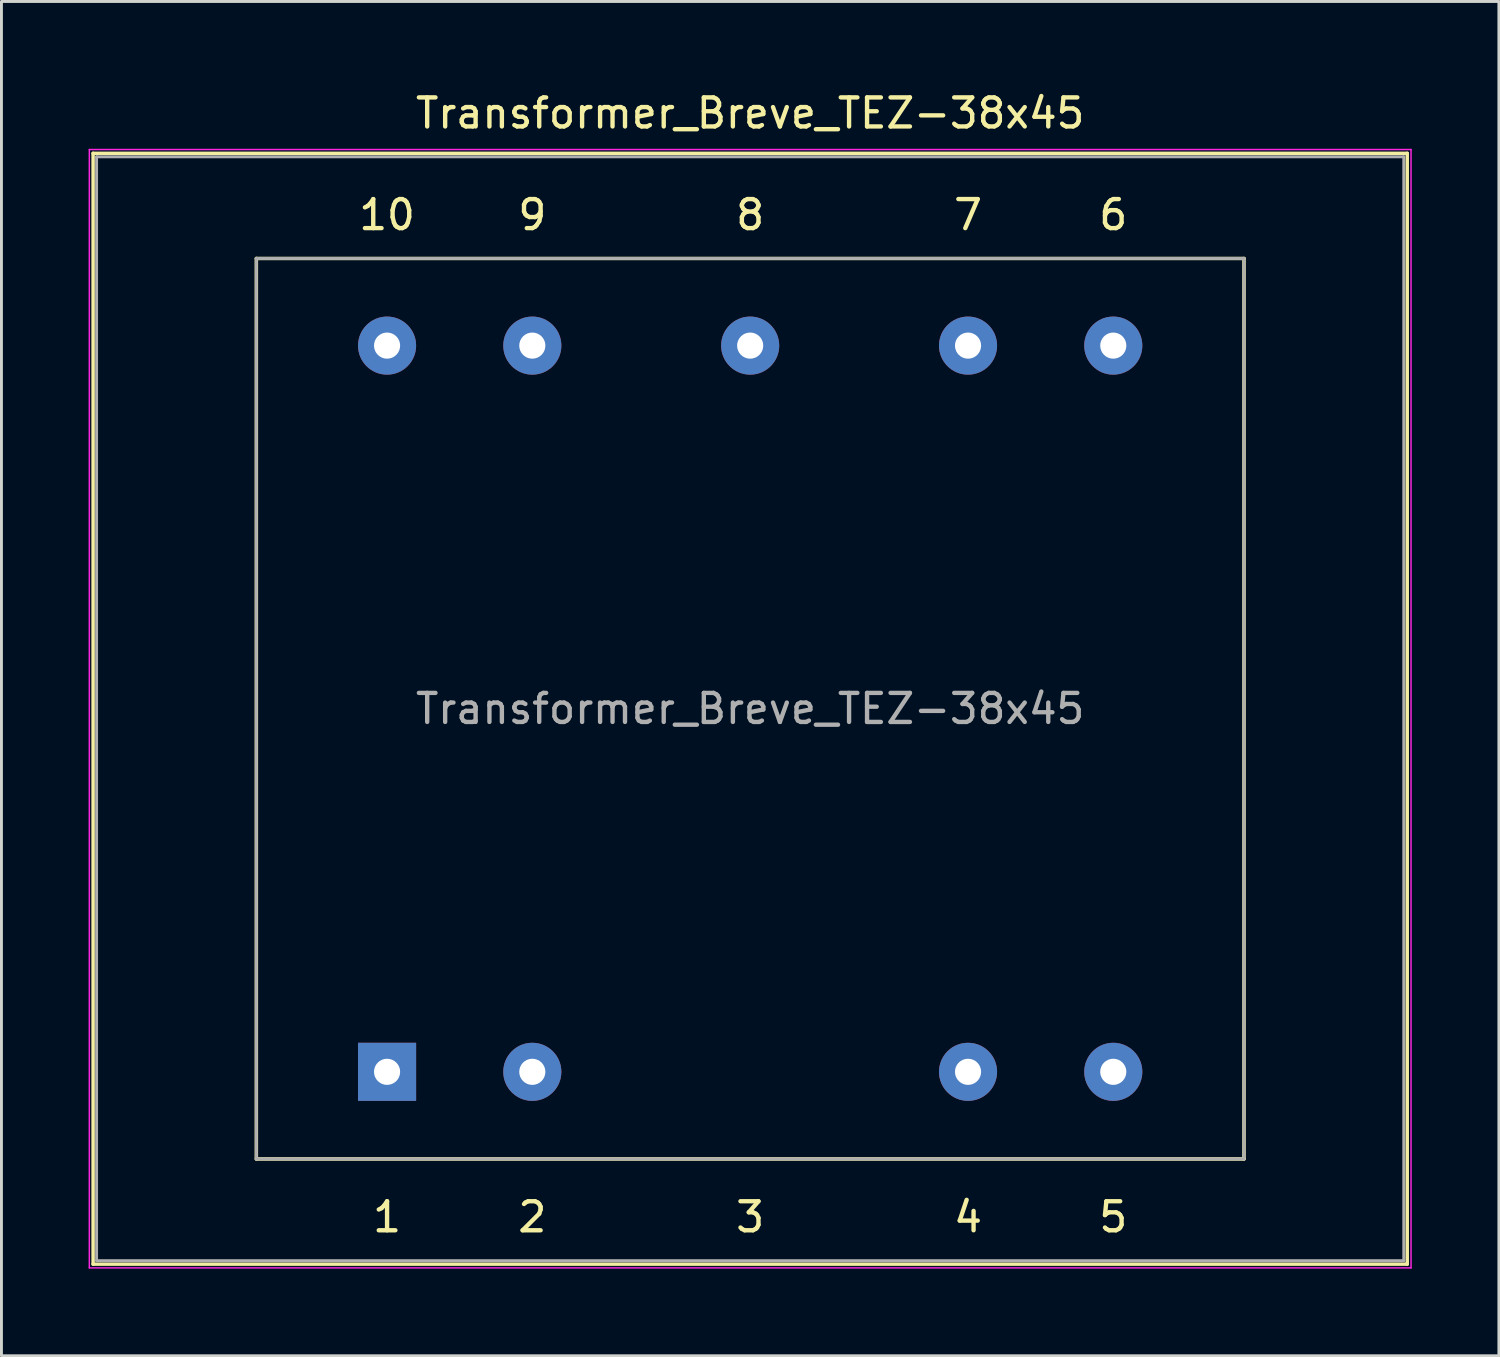
<source format=kicad_pcb>
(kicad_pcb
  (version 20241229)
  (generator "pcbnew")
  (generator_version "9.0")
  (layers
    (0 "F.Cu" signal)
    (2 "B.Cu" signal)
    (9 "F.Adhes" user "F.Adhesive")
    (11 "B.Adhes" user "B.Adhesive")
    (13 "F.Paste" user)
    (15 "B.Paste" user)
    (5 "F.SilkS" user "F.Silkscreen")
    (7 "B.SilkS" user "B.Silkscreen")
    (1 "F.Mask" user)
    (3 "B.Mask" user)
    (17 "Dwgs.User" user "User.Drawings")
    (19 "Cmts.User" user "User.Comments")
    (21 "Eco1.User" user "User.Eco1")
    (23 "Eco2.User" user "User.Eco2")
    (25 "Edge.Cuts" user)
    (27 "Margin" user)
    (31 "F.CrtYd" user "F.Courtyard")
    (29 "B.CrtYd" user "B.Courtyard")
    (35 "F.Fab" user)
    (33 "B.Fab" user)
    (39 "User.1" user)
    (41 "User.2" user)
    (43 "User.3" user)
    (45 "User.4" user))
  (footprint "Transformer_Breve_TEZ-38x45"
    (layer "F.Cu")
    (at 10.275 33.848)
    (property "Reference" "Transformer_Breve_TEZ-38x45" (at 12.5 -33 0) (layer "F.SilkS") (effects (font (size 1 1) (thickness 0.15))))
    (attr through_hole)
    (fp_line (start -10.12 -31.62) (end -10.12 6.62) (stroke (width 0.12) (type solid)) (layer "F.SilkS"))
    (fp_line (start -10.12 -31.62) (end 35.12 -31.62) (stroke (width 0.12) (type solid)) (layer "F.SilkS"))
    (fp_line (start -4.5 -28) (end 29.5 -28) (stroke (width 0.12) (type solid)) (layer "F.SilkS"))
    (fp_line (start -4.5 3) (end -4.5 -28) (stroke (width 0.12) (type solid)) (layer "F.SilkS"))
    (fp_line (start 29.5 -28) (end 29.5 3) (stroke (width 0.12) (type solid)) (layer "F.SilkS"))
    (fp_line (start 29.5 3) (end -4.5 3) (stroke (width 0.12) (type solid)) (layer "F.SilkS"))
    (fp_line (start 35.12 6.62) (end -10.12 6.62) (stroke (width 0.12) (type solid)) (layer "F.SilkS"))
    (fp_line (start 35.12 6.62) (end 35.12 -31.62) (stroke (width 0.12) (type solid)) (layer "F.SilkS"))
    (fp_line (start -10.25 -31.75) (end -10.25 6.75) (stroke (width 0.05) (type solid)) (layer "F.CrtYd"))
    (fp_line (start -10.25 -31.75) (end 35.25 -31.75) (stroke (width 0.05) (type solid)) (layer "F.CrtYd"))
    (fp_line (start 35.25 6.75) (end -10.25 6.75) (stroke (width 0.05) (type solid)) (layer "F.CrtYd"))
    (fp_line (start 35.25 6.75) (end 35.25 -31.75) (stroke (width 0.05) (type solid)) (layer "F.CrtYd"))
    (fp_line (start -10 -31.5) (end 35 -31.5) (stroke (width 0.1) (type solid)) (layer "F.Fab"))
    (fp_line (start -10 6.5) (end -10 -31.5) (stroke (width 0.1) (type solid)) (layer "F.Fab"))
    (fp_line (start -4.5 -28) (end 29.5 -28) (stroke (width 0.1) (type solid)) (layer "F.Fab"))
    (fp_line (start -4.5 3) (end -4.5 -28) (stroke (width 0.1) (type solid)) (layer "F.Fab"))
    (fp_line (start 29.5 -28) (end 29.5 3) (stroke (width 0.1) (type solid)) (layer "F.Fab"))
    (fp_line (start 29.5 3) (end -4.5 3) (stroke (width 0.1) (type solid)) (layer "F.Fab"))
    (fp_line (start 35 -31.5) (end 35 6.5) (stroke (width 0.1) (type solid)) (layer "F.Fab"))
    (fp_line (start 35 6.5) (end -10 6.5) (stroke (width 0.1) (type solid)) (layer "F.Fab"))
    (fp_text user "9" (at 5 -29.5 0) (layer "F.SilkS") (effects (font (size 1 1) (thickness 0.15))))
    (fp_text user "5" (at 25 5 0) (layer "F.SilkS") (effects (font (size 1 1) (thickness 0.15))))
    (fp_text user "2" (at 5 5 0) (layer "F.SilkS") (effects (font (size 1 1) (thickness 0.15))))
    (fp_text user "1" (at 0 5 0) (layer "F.SilkS") (effects (font (size 1 1) (thickness 0.15))))
    (fp_text user "8" (at 12.5 -29.5 0) (layer "F.SilkS") (effects (font (size 1 1) (thickness 0.15))))
    (fp_text user "4" (at 20 5 0) (layer "F.SilkS") (effects (font (size 1 1) (thickness 0.15))))
    (fp_text user "10" (at 0 -29.5 0) (layer "F.SilkS") (effects (font (size 1 1) (thickness 0.15))))
    (fp_text user "3" (at 12.5 5 0) (layer "F.SilkS") (effects (font (size 1 1) (thickness 0.15))))
    (fp_text user "6" (at 25 -29.5 0) (layer "F.SilkS") (effects (font (size 1 1) (thickness 0.15))))
    (fp_text user "7" (at 20 -29.5 0) (layer "F.SilkS") (effects (font (size 1 1) (thickness 0.15))))
    (fp_text user "${REFERENCE}" (at 12.5 -12.5 0) (layer "F.Fab") (effects (font (size 1 1) (thickness 0.15))))
    (pad "" thru_hole circle (at 5 0) (size 2 2) (drill 0.9) (layers "*.Cu" "*.Mask"))
    (pad "" thru_hole circle (at 20 0) (size 2 2) (drill 0.9) (layers "*.Cu" "*.Mask"))
    (pad "1" thru_hole rect (at 0 0) (size 2 2) (drill 0.9) (layers "*.Cu" "*.Mask"))
    (pad "2" thru_hole circle (at 25 0) (size 2 2) (drill 0.9) (layers "*.Cu" "*.Mask"))
    (pad "3" thru_hole circle (at 25 -25) (size 2 2) (drill 0.9) (layers "*.Cu" "*.Mask"))
    (pad "4" thru_hole circle (at 20 -25) (size 2 2) (drill 0.9) (layers "*.Cu" "*.Mask"))
    (pad "5" thru_hole circle (at 5 -25) (size 2 2) (drill 0.9) (layers "*.Cu" "*.Mask"))
    (pad "6" thru_hole circle (at 0 -25) (size 2 2) (drill 0.9) (layers "*.Cu" "*.Mask"))
    (pad "8" thru_hole circle (at 12.5 -25) (size 2 2) (drill 0.9) (layers "*.Cu" "*.Mask")))
  (gr_rect
    (start -3 -3)
    (end 48.55 43.623)
    (stroke (width 0.1) (type default))
    (fill no)
    (layer "Edge.Cuts")))
</source>
